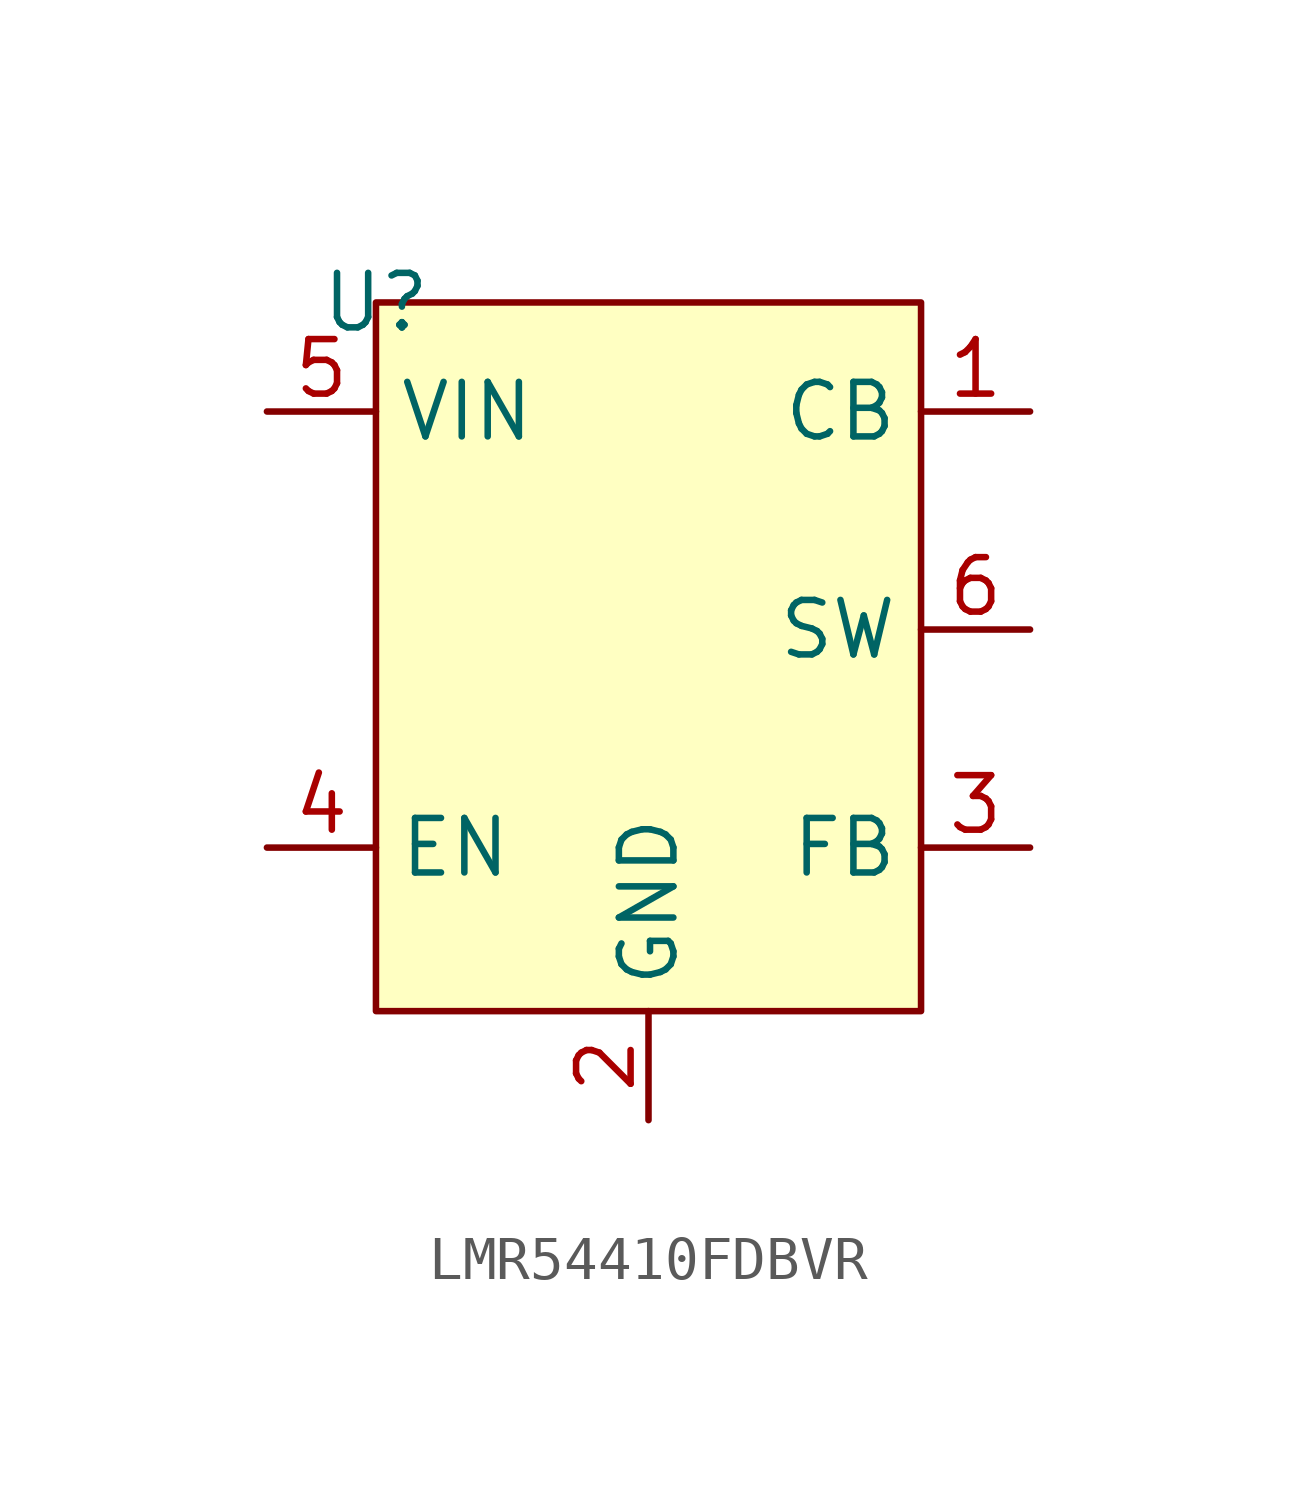
<source format=kicad_sym>
(kicad_symbol_lib
  (version 20220914)
  (generator kicad_symbol_editor)
  (symbol "LMR54410FDBVR"
    (property "Reference" "U"
      (at 0 0 0)
      (effects (font (size 1.27 1.27))))
    (property "Value" ""
      (at 0 0 0)
      (effects (font (size 1.27 1.27))))
    (symbol "LMR54410FDBVR_1_1"
      (rectangle (start 0 0) (end 12.7 -16.51) (stroke (width 0) (type default)) (fill (type background)))
      (pin passive line (at 15.24 -2.54 180) (length 2.54) (name "CB" (effects (font (size 1.27 1.27)))) (number "1" (effects (font (size 1.27 1.27)))))
      (pin passive line (at 6.35 -19.05 90) (length 2.54) (name "GND" (effects (font (size 1.27 1.27)))) (number "2" (effects (font (size 1.27 1.27)))))
      (pin input line (at 15.24 -12.7 180) (length 2.54) (name "FB" (effects (font (size 1.27 1.27)))) (number "3" (effects (font (size 1.27 1.27)))))
      (pin input line (at -2.54 -12.7 0) (length 2.54) (name "EN" (effects (font (size 1.27 1.27)))) (number "4" (effects (font (size 1.27 1.27)))))
      (pin power_in line (at -2.54 -2.54 0) (length 2.54) (name "VIN" (effects (font (size 1.27 1.27)))) (number "5" (effects (font (size 1.27 1.27)))))
      (pin power_out line (at 15.24 -7.62 180) (length 2.54) (name "SW" (effects (font (size 1.27 1.27)))) (number "6" (effects (font (size 1.27 1.27))))))))
</source>
